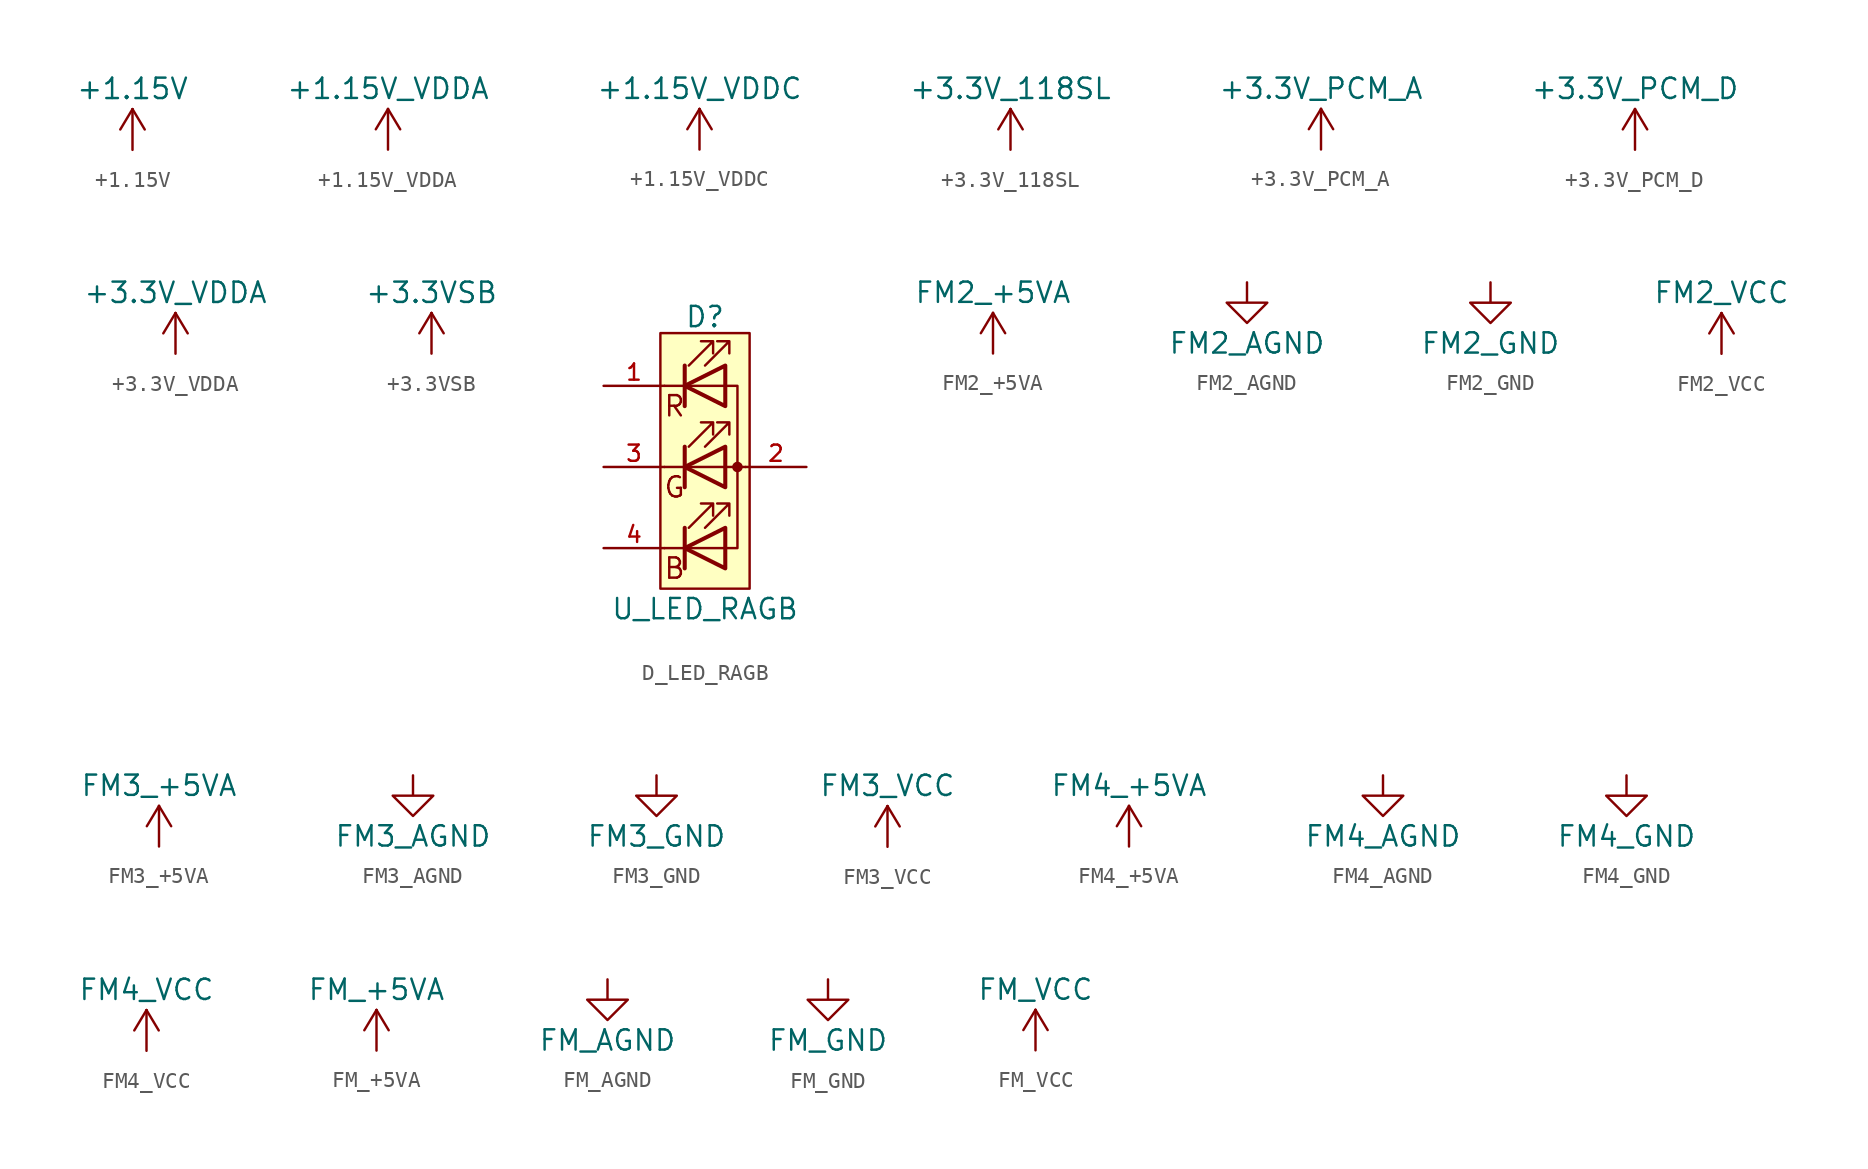
<source format=kicad_sym>
(kicad_symbol_lib
  (version 20220914)
  (generator kicad_symbol_editor)
  (symbol "+1.15V"
    (power)
    (pin_names
      (offset 0))
    (property "Reference" "#PWR"
      (at 0 -1.27 0)
      (effects (font (size 1.27 1.27)) hide))
    (property "Value" "+1.15V"
      (at 0 3.81 0)
      (effects (font (size 1.27 1.27))))
    (symbol "+1.15V_1_1"
      (polyline (pts (xy -0.762 1.27) (xy 0 2.54)) (stroke (width 0) (type default)) (fill (type none)))
      (polyline (pts (xy 0 0) (xy 0 2.54)) (stroke (width 0) (type default)) (fill (type none)))
      (polyline (pts (xy 0 2.54) (xy 0.762 1.27)) (stroke (width 0) (type default)) (fill (type none)))
      (pin power_in line (at 0 0 90) (length 0) hide (name "+1.15V" (effects (font (size 1.27 1.27)))) (number "1" (effects (font (size 1.27 1.27)))))))
  (symbol "+1.15V_VDDA"
    (power)
    (pin_names
      (offset 0))
    (property "Reference" "#PWR"
      (at 0 -1.27 0)
      (effects (font (size 1.27 1.27)) hide))
    (property "Value" "+1.15V_VDDA"
      (at 0 3.81 0)
      (effects (font (size 1.27 1.27))))
    (symbol "+1.15V_VDDA_1_1"
      (polyline (pts (xy -0.762 1.27) (xy 0 2.54)) (stroke (width 0) (type default)) (fill (type none)))
      (polyline (pts (xy 0 0) (xy 0 2.54)) (stroke (width 0) (type default)) (fill (type none)))
      (polyline (pts (xy 0 2.54) (xy 0.762 1.27)) (stroke (width 0) (type default)) (fill (type none)))
      (pin power_in line (at 0 0 90) (length 0) hide (name "+1.15V_VDDA" (effects (font (size 1.27 1.27)))) (number "1" (effects (font (size 1.27 1.27)))))))
  (symbol "+1.15V_VDDC"
    (power)
    (pin_names
      (offset 0))
    (property "Reference" "#PWR"
      (at 0 -1.27 0)
      (effects (font (size 1.27 1.27)) hide))
    (property "Value" "+1.15V_VDDC"
      (at 0 3.81 0)
      (effects (font (size 1.27 1.27))))
    (symbol "+1.15V_VDDC_1_1"
      (polyline (pts (xy -0.762 1.27) (xy 0 2.54)) (stroke (width 0) (type default)) (fill (type none)))
      (polyline (pts (xy 0 0) (xy 0 2.54)) (stroke (width 0) (type default)) (fill (type none)))
      (polyline (pts (xy 0 2.54) (xy 0.762 1.27)) (stroke (width 0) (type default)) (fill (type none)))
      (pin power_in line (at 0 0 90) (length 0) hide (name "+1.15V_VDDC" (effects (font (size 1.27 1.27)))) (number "1" (effects (font (size 1.27 1.27)))))))
  (symbol "+3.3V_118SL"
    (power)
    (pin_names
      (offset 0))
    (property "Reference" "#PWR"
      (at 0 -1.27 0)
      (effects (font (size 1.27 1.27)) hide))
    (property "Value" "+3.3V_118SL"
      (at 0 3.81 0)
      (effects (font (size 1.27 1.27))))
    (symbol "+3.3V_118SL_1_1"
      (polyline (pts (xy -0.762 1.27) (xy 0 2.54)) (stroke (width 0) (type default)) (fill (type none)))
      (polyline (pts (xy 0 0) (xy 0 2.54)) (stroke (width 0) (type default)) (fill (type none)))
      (polyline (pts (xy 0 2.54) (xy 0.762 1.27)) (stroke (width 0) (type default)) (fill (type none)))
      (pin power_in line (at 0 0 90) (length 0) hide (name "+3.3V_118SL" (effects (font (size 1.27 1.27)))) (number "1" (effects (font (size 1.27 1.27)))))))
  (symbol "+3.3V_PCM_A"
    (power)
    (pin_names
      (offset 0))
    (property "Reference" "#PWR"
      (at 0 -1.27 0)
      (effects (font (size 1.27 1.27)) hide))
    (property "Value" "+3.3V_PCM_A"
      (at 0 3.81 0)
      (effects (font (size 1.27 1.27))))
    (symbol "+3.3V_PCM_A_1_1"
      (polyline (pts (xy -0.762 1.27) (xy 0 2.54)) (stroke (width 0) (type default)) (fill (type none)))
      (polyline (pts (xy 0 0) (xy 0 2.54)) (stroke (width 0) (type default)) (fill (type none)))
      (polyline (pts (xy 0 2.54) (xy 0.762 1.27)) (stroke (width 0) (type default)) (fill (type none)))
      (pin power_in line (at 0 0 90) (length 0) hide (name "+3.3V_PCM_A" (effects (font (size 1.27 1.27)))) (number "1" (effects (font (size 1.27 1.27)))))))
  (symbol "+3.3V_PCM_D"
    (power)
    (pin_names
      (offset 0))
    (property "Reference" "#PWR"
      (at 0 -1.27 0)
      (effects (font (size 1.27 1.27)) hide))
    (property "Value" "+3.3V_PCM_D"
      (at 0 3.81 0)
      (effects (font (size 1.27 1.27))))
    (symbol "+3.3V_PCM_D_1_1"
      (polyline (pts (xy -0.762 1.27) (xy 0 2.54)) (stroke (width 0) (type default)) (fill (type none)))
      (polyline (pts (xy 0 0) (xy 0 2.54)) (stroke (width 0) (type default)) (fill (type none)))
      (polyline (pts (xy 0 2.54) (xy 0.762 1.27)) (stroke (width 0) (type default)) (fill (type none)))
      (pin power_in line (at 0 0 90) (length 0) hide (name "+3.3V_PCM_D" (effects (font (size 1.27 1.27)))) (number "1" (effects (font (size 1.27 1.27)))))))
  (symbol "+3.3V_VDDA"
    (power)
    (pin_names
      (offset 0))
    (property "Reference" "#PWR"
      (at 0 -1.27 0)
      (effects (font (size 1.27 1.27)) hide))
    (property "Value" "+3.3V_VDDA"
      (at 0 3.81 0)
      (effects (font (size 1.27 1.27))))
    (symbol "+3.3V_VDDA_1_1"
      (polyline (pts (xy -0.762 1.27) (xy 0 2.54)) (stroke (width 0) (type default)) (fill (type none)))
      (polyline (pts (xy 0 0) (xy 0 2.54)) (stroke (width 0) (type default)) (fill (type none)))
      (polyline (pts (xy 0 2.54) (xy 0.762 1.27)) (stroke (width 0) (type default)) (fill (type none)))
      (pin power_in line (at 0 0 90) (length 0) hide (name "+3.3V_VDDA" (effects (font (size 1.27 1.27)))) (number "1" (effects (font (size 1.27 1.27)))))))
  (symbol "+3.3VSB"
    (power)
    (pin_names
      (offset 0))
    (property "Reference" "#PWR"
      (at 0 -1.27 0)
      (effects (font (size 1.27 1.27)) hide))
    (property "Value" "+3.3VSB"
      (at 0 3.81 0)
      (effects (font (size 1.27 1.27))))
    (symbol "+3.3VSB_1_1"
      (polyline (pts (xy -0.762 1.27) (xy 0 2.54)) (stroke (width 0) (type default)) (fill (type none)))
      (polyline (pts (xy 0 0) (xy 0 2.54)) (stroke (width 0) (type default)) (fill (type none)))
      (polyline (pts (xy 0 2.54) (xy 0.762 1.27)) (stroke (width 0) (type default)) (fill (type none)))
      (pin power_in line (at 0 0 90) (length 0) hide (name "+3.3VSB" (effects (font (size 1.27 1.27)))) (number "1" (effects (font (size 1.27 1.27)))))))
  (symbol "D_LED_RAGB"
    (pin_names
      (offset 0) hide)
    (property "Reference" "D"
      (at 0 9.398 0)
      (effects (font (size 1.27 1.27))))
    (property "Value" "U_LED_RAGB"
      (at 0 -8.89 0)
      (effects (font (size 1.27 1.27))))
    (symbol "D_LED_RAGB_0_0"
      (text "B" (at -1.905 -6.35 0) (effects (font (size 1.27 1.27))))
      (text "G" (at -1.905 -1.27 0) (effects (font (size 1.27 1.27))))
      (text "R" (at -1.905 3.81 0) (effects (font (size 1.27 1.27)))))
    (symbol "D_LED_RAGB_0_1"
      (polyline (pts (xy -1.27 -5.08) (xy -2.54 -5.08)) (stroke (width 0) (type default)) (fill (type none)))
      (polyline (pts (xy -1.27 -5.08) (xy 1.27 -5.08)) (stroke (width 0) (type default)) (fill (type none)))
      (polyline (pts (xy -1.27 -3.81) (xy -1.27 -6.35)) (stroke (width 0.254) (type default)) (fill (type none)))
      (polyline (pts (xy -1.27 0) (xy -2.54 0)) (stroke (width 0) (type default)) (fill (type none)))
      (polyline (pts (xy -1.27 1.27) (xy -1.27 -1.27)) (stroke (width 0.254) (type default)) (fill (type none)))
      (polyline (pts (xy -1.27 5.08) (xy -2.54 5.08)) (stroke (width 0) (type default)) (fill (type none)))
      (polyline (pts (xy -1.27 5.08) (xy 1.27 5.08)) (stroke (width 0) (type default)) (fill (type none)))
      (polyline (pts (xy -1.27 6.35) (xy -1.27 3.81)) (stroke (width 0.254) (type default)) (fill (type none)))
      (polyline (pts (xy 1.27 0) (xy -1.27 0)) (stroke (width 0) (type default)) (fill (type none)))
      (polyline (pts (xy 1.27 0) (xy 2.54 0)) (stroke (width 0) (type default)) (fill (type none)))
      (polyline (pts (xy -1.27 1.27) (xy -1.27 -1.27) (xy -1.27 -1.27)) (stroke (width 0) (type default)) (fill (type none)))
      (polyline (pts (xy -1.27 6.35) (xy -1.27 3.81) (xy -1.27 3.81)) (stroke (width 0) (type default)) (fill (type none)))
      (polyline (pts (xy 1.27 -5.08) (xy 2.032 -5.08) (xy 2.032 5.08) (xy 1.27 5.08)) (stroke (width 0) (type default)) (fill (type none)))
      (polyline (pts (xy 1.27 -3.81) (xy 1.27 -6.35) (xy -1.27 -5.08) (xy 1.27 -3.81)) (stroke (width 0.254) (type default)) (fill (type none)))
      (polyline (pts (xy 1.27 1.27) (xy 1.27 -1.27) (xy -1.27 0) (xy 1.27 1.27)) (stroke (width 0.254) (type default)) (fill (type none)))
      (polyline (pts (xy 1.27 6.35) (xy 1.27 3.81) (xy -1.27 5.08) (xy 1.27 6.35)) (stroke (width 0.254) (type default)) (fill (type none)))
      (polyline (pts (xy -1.016 -3.81) (xy 0.508 -2.286) (xy -0.254 -2.286) (xy 0.508 -2.286) (xy 0.508 -3.048)) (stroke (width 0) (type default)) (fill (type none)))
      (polyline (pts (xy -1.016 1.27) (xy 0.508 2.794) (xy -0.254 2.794) (xy 0.508 2.794) (xy 0.508 2.032)) (stroke (width 0) (type default)) (fill (type none)))
      (polyline (pts (xy -1.016 6.35) (xy 0.508 7.874) (xy -0.254 7.874) (xy 0.508 7.874) (xy 0.508 7.112)) (stroke (width 0) (type default)) (fill (type none)))
      (polyline (pts (xy 0 -3.81) (xy 1.524 -2.286) (xy 0.762 -2.286) (xy 1.524 -2.286) (xy 1.524 -3.048)) (stroke (width 0) (type default)) (fill (type none)))
      (polyline (pts (xy 0 1.27) (xy 1.524 2.794) (xy 0.762 2.794) (xy 1.524 2.794) (xy 1.524 2.032)) (stroke (width 0) (type default)) (fill (type none)))
      (polyline (pts (xy 0 6.35) (xy 1.524 7.874) (xy 0.762 7.874) (xy 1.524 7.874) (xy 1.524 7.112)) (stroke (width 0) (type default)) (fill (type none)))
      (rectangle (start 1.27 -1.27) (end 1.27 1.27) (stroke (width 0) (type default)) (fill (type none)))
      (rectangle (start 1.27 1.27) (end 1.27 1.27) (stroke (width 0) (type default)) (fill (type none)))
      (rectangle (start 1.27 3.81) (end 1.27 6.35) (stroke (width 0) (type default)) (fill (type none)))
      (rectangle (start 1.27 6.35) (end 1.27 6.35) (stroke (width 0) (type default)) (fill (type none)))
      (circle (center 2.032 0) (radius 0.254) (stroke (width 0) (type default)) (fill (type outline))))
    (symbol "D_LED_RAGB_1_1"
      (rectangle (start -2.794 8.382) (end 2.794 -7.62) (stroke (width 0) (type default)) (fill (type background)))
      (pin passive line (at -6.35 5.08 0) (length 3.81) (name "RK" (effects (font (size 1.016 1.016)))) (number "1" (effects (font (size 1.016 1.016)))))
      (pin passive line (at 6.35 0 180) (length 3.81) (name "A" (effects (font (size 1.016 1.016)))) (number "2" (effects (font (size 1.016 1.016)))))
      (pin passive line (at -6.35 0 0) (length 3.81) (name "GK" (effects (font (size 1.016 1.016)))) (number "3" (effects (font (size 1.016 1.016)))))
      (pin passive line (at -6.35 -5.08 0) (length 3.81) (name "BK" (effects (font (size 1.016 1.016)))) (number "4" (effects (font (size 1.016 1.016)))))))
  (symbol "FM2_+5VA"
    (power)
    (pin_names
      (offset 0))
    (property "Reference" "#PWR"
      (at 0 -2.54 0)
      (effects (font (size 1.016 1.016)) hide))
    (property "Value" "FM2_+5VA"
      (at 0 3.81 0)
      (effects (font (size 1.27 1.27))))
    (symbol "FM2_+5VA_1_1"
      (polyline (pts (xy -0.762 1.27) (xy 0 2.54)) (stroke (width 0) (type default)) (fill (type none)))
      (polyline (pts (xy 0 0) (xy 0 2.54)) (stroke (width 0) (type default)) (fill (type none)))
      (polyline (pts (xy 0 2.54) (xy 0.762 1.27)) (stroke (width 0) (type default)) (fill (type none)))
      (pin power_in line (at 0 0 90) (length 0) hide (name "FM2_+5VA" (effects (font (size 1.27 1.27)))) (number "1" (effects (font (size 1.27 1.27)))))))
  (symbol "FM2_AGND"
    (power)
    (pin_names
      (offset 0))
    (property "Reference" "#PWR"
      (at 0 -5.08 0)
      (effects (font (size 1.27 1.27)) hide))
    (property "Value" "FM2_AGND"
      (at 0 -3.81 0)
      (effects (font (size 1.27 1.27))))
    (symbol "FM2_AGND_1_1"
      (polyline (pts (xy 0 0) (xy 0 -1.27) (xy 1.27 -1.27) (xy 0 -2.54) (xy -1.27 -1.27) (xy 0 -1.27)) (stroke (width 0) (type default)) (fill (type none)))
      (pin power_in line (at 0 0 270) (length 0) hide (name "FM2_AGND" (effects (font (size 1.27 1.27)))) (number "1" (effects (font (size 1.27 1.27)))))))
  (symbol "FM2_GND"
    (power)
    (pin_names
      (offset 0))
    (property "Reference" "#PWR"
      (at 0 -5.08 0)
      (effects (font (size 1.27 1.27)) hide))
    (property "Value" "FM2_GND"
      (at 0 -3.81 0)
      (effects (font (size 1.27 1.27))))
    (symbol "FM2_GND_1_1"
      (polyline (pts (xy 0 0) (xy 0 -1.27) (xy 1.27 -1.27) (xy 0 -2.54) (xy -1.27 -1.27) (xy 0 -1.27)) (stroke (width 0) (type default)) (fill (type none)))
      (pin power_in line (at 0 0 270) (length 0) hide (name "FM2_GND" (effects (font (size 1.27 1.27)))) (number "1" (effects (font (size 1.27 1.27)))))))
  (symbol "FM2_VCC"
    (power)
    (pin_names
      (offset 0))
    (property "Reference" "#PWR"
      (at 0 -2.54 0)
      (effects (font (size 1.016 1.016)) hide))
    (property "Value" "FM2_VCC"
      (at 0 3.81 0)
      (effects (font (size 1.27 1.27))))
    (symbol "FM2_VCC_1_1"
      (polyline (pts (xy -0.762 1.27) (xy 0 2.54)) (stroke (width 0) (type default)) (fill (type none)))
      (polyline (pts (xy 0 0) (xy 0 2.54)) (stroke (width 0) (type default)) (fill (type none)))
      (polyline (pts (xy 0 2.54) (xy 0.762 1.27)) (stroke (width 0) (type default)) (fill (type none)))
      (pin power_in line (at 0 0 90) (length 0) hide (name "FM2_VCC" (effects (font (size 1.27 1.27)))) (number "1" (effects (font (size 1.27 1.27)))))))
  (symbol "FM3_+5VA"
    (power)
    (pin_names
      (offset 0))
    (property "Reference" "#PWR"
      (at 0 -2.54 0)
      (effects (font (size 1.016 1.016)) hide))
    (property "Value" "FM3_+5VA"
      (at 0 3.81 0)
      (effects (font (size 1.27 1.27))))
    (symbol "FM3_+5VA_1_1"
      (polyline (pts (xy -0.762 1.27) (xy 0 2.54)) (stroke (width 0) (type default)) (fill (type none)))
      (polyline (pts (xy 0 0) (xy 0 2.54)) (stroke (width 0) (type default)) (fill (type none)))
      (polyline (pts (xy 0 2.54) (xy 0.762 1.27)) (stroke (width 0) (type default)) (fill (type none)))
      (pin power_in line (at 0 0 90) (length 0) hide (name "FM3_+5VA" (effects (font (size 1.27 1.27)))) (number "1" (effects (font (size 1.27 1.27)))))))
  (symbol "FM3_AGND"
    (power)
    (pin_names
      (offset 0))
    (property "Reference" "#PWR"
      (at 0 -5.08 0)
      (effects (font (size 1.27 1.27)) hide))
    (property "Value" "FM3_AGND"
      (at 0 -3.81 0)
      (effects (font (size 1.27 1.27))))
    (symbol "FM3_AGND_1_1"
      (polyline (pts (xy 0 0) (xy 0 -1.27) (xy 1.27 -1.27) (xy 0 -2.54) (xy -1.27 -1.27) (xy 0 -1.27)) (stroke (width 0) (type default)) (fill (type none)))
      (pin power_in line (at 0 0 270) (length 0) hide (name "FM3_AGND" (effects (font (size 1.27 1.27)))) (number "1" (effects (font (size 1.27 1.27)))))))
  (symbol "FM3_GND"
    (power)
    (pin_names
      (offset 0))
    (property "Reference" "#PWR"
      (at 0 -5.08 0)
      (effects (font (size 1.27 1.27)) hide))
    (property "Value" "FM3_GND"
      (at 0 -3.81 0)
      (effects (font (size 1.27 1.27))))
    (symbol "FM3_GND_1_1"
      (polyline (pts (xy 0 0) (xy 0 -1.27) (xy 1.27 -1.27) (xy 0 -2.54) (xy -1.27 -1.27) (xy 0 -1.27)) (stroke (width 0) (type default)) (fill (type none)))
      (pin power_in line (at 0 0 270) (length 0) hide (name "FM3_GND" (effects (font (size 1.27 1.27)))) (number "1" (effects (font (size 1.27 1.27)))))))
  (symbol "FM3_VCC"
    (power)
    (pin_names
      (offset 0))
    (property "Reference" "#PWR"
      (at 0 -2.54 0)
      (effects (font (size 1.016 1.016)) hide))
    (property "Value" "FM3_VCC"
      (at 0 3.81 0)
      (effects (font (size 1.27 1.27))))
    (symbol "FM3_VCC_1_1"
      (polyline (pts (xy -0.762 1.27) (xy 0 2.54)) (stroke (width 0) (type default)) (fill (type none)))
      (polyline (pts (xy 0 0) (xy 0 2.54)) (stroke (width 0) (type default)) (fill (type none)))
      (polyline (pts (xy 0 2.54) (xy 0.762 1.27)) (stroke (width 0) (type default)) (fill (type none)))
      (pin power_in line (at 0 0 90) (length 0) hide (name "FM3_VCC" (effects (font (size 1.27 1.27)))) (number "1" (effects (font (size 1.27 1.27)))))))
  (symbol "FM4_+5VA"
    (power)
    (pin_names
      (offset 0))
    (property "Reference" "#PWR"
      (at 0 -2.54 0)
      (effects (font (size 1.016 1.016)) hide))
    (property "Value" "FM4_+5VA"
      (at 0 3.81 0)
      (effects (font (size 1.27 1.27))))
    (symbol "FM4_+5VA_1_1"
      (polyline (pts (xy -0.762 1.27) (xy 0 2.54)) (stroke (width 0) (type default)) (fill (type none)))
      (polyline (pts (xy 0 0) (xy 0 2.54)) (stroke (width 0) (type default)) (fill (type none)))
      (polyline (pts (xy 0 2.54) (xy 0.762 1.27)) (stroke (width 0) (type default)) (fill (type none)))
      (pin power_in line (at 0 0 90) (length 0) hide (name "FM4_+5VA" (effects (font (size 1.27 1.27)))) (number "1" (effects (font (size 1.27 1.27)))))))
  (symbol "FM4_AGND"
    (power)
    (pin_names
      (offset 0))
    (property "Reference" "#PWR"
      (at 0 -5.08 0)
      (effects (font (size 1.27 1.27)) hide))
    (property "Value" "FM4_AGND"
      (at 0 -3.81 0)
      (effects (font (size 1.27 1.27))))
    (symbol "FM4_AGND_1_1"
      (polyline (pts (xy 0 0) (xy 0 -1.27) (xy 1.27 -1.27) (xy 0 -2.54) (xy -1.27 -1.27) (xy 0 -1.27)) (stroke (width 0) (type default)) (fill (type none)))
      (pin power_in line (at 0 0 270) (length 0) hide (name "FM4_AGND" (effects (font (size 1.27 1.27)))) (number "1" (effects (font (size 1.27 1.27)))))))
  (symbol "FM4_GND"
    (power)
    (pin_names
      (offset 0))
    (property "Reference" "#PWR"
      (at 0 -5.08 0)
      (effects (font (size 1.27 1.27)) hide))
    (property "Value" "FM4_GND"
      (at 0 -3.81 0)
      (effects (font (size 1.27 1.27))))
    (symbol "FM4_GND_1_1"
      (polyline (pts (xy 0 0) (xy 0 -1.27) (xy 1.27 -1.27) (xy 0 -2.54) (xy -1.27 -1.27) (xy 0 -1.27)) (stroke (width 0) (type default)) (fill (type none)))
      (pin power_in line (at 0 0 270) (length 0) hide (name "FM4_GND" (effects (font (size 1.27 1.27)))) (number "1" (effects (font (size 1.27 1.27)))))))
  (symbol "FM4_VCC"
    (power)
    (pin_names
      (offset 0))
    (property "Reference" "#PWR"
      (at 0 -2.54 0)
      (effects (font (size 1.016 1.016)) hide))
    (property "Value" "FM4_VCC"
      (at 0 3.81 0)
      (effects (font (size 1.27 1.27))))
    (symbol "FM4_VCC_1_1"
      (polyline (pts (xy -0.762 1.27) (xy 0 2.54)) (stroke (width 0) (type default)) (fill (type none)))
      (polyline (pts (xy 0 0) (xy 0 2.54)) (stroke (width 0) (type default)) (fill (type none)))
      (polyline (pts (xy 0 2.54) (xy 0.762 1.27)) (stroke (width 0) (type default)) (fill (type none)))
      (pin power_in line (at 0 0 90) (length 0) hide (name "FM4_VCC" (effects (font (size 1.27 1.27)))) (number "1" (effects (font (size 1.27 1.27)))))))
  (symbol "FM_+5VA"
    (power)
    (pin_names
      (offset 0))
    (property "Reference" "#PWR"
      (at 0 -2.54 0)
      (effects (font (size 1.016 1.016)) hide))
    (property "Value" "FM_+5VA"
      (at 0 3.81 0)
      (effects (font (size 1.27 1.27))))
    (symbol "FM_+5VA_1_1"
      (polyline (pts (xy -0.762 1.27) (xy 0 2.54)) (stroke (width 0) (type default)) (fill (type none)))
      (polyline (pts (xy 0 0) (xy 0 2.54)) (stroke (width 0) (type default)) (fill (type none)))
      (polyline (pts (xy 0 2.54) (xy 0.762 1.27)) (stroke (width 0) (type default)) (fill (type none)))
      (pin power_in line (at 0 0 90) (length 0) hide (name "FM_+5VA" (effects (font (size 1.27 1.27)))) (number "1" (effects (font (size 1.27 1.27)))))))
  (symbol "FM_AGND"
    (power)
    (pin_names
      (offset 0))
    (property "Reference" "#PWR"
      (at 0 -5.08 0)
      (effects (font (size 1.27 1.27)) hide))
    (property "Value" "FM_AGND"
      (at 0 -3.81 0)
      (effects (font (size 1.27 1.27))))
    (symbol "FM_AGND_1_1"
      (polyline (pts (xy 0 0) (xy 0 -1.27) (xy 1.27 -1.27) (xy 0 -2.54) (xy -1.27 -1.27) (xy 0 -1.27)) (stroke (width 0) (type default)) (fill (type none)))
      (pin power_in line (at 0 0 270) (length 0) hide (name "FM_AGND" (effects (font (size 1.27 1.27)))) (number "1" (effects (font (size 1.27 1.27)))))))
  (symbol "FM_GND"
    (power)
    (pin_names
      (offset 0))
    (property "Reference" "#PWR"
      (at 0 -5.08 0)
      (effects (font (size 1.27 1.27)) hide))
    (property "Value" "FM_GND"
      (at 0 -3.81 0)
      (effects (font (size 1.27 1.27))))
    (symbol "FM_GND_1_1"
      (polyline (pts (xy 0 0) (xy 0 -1.27) (xy 1.27 -1.27) (xy 0 -2.54) (xy -1.27 -1.27) (xy 0 -1.27)) (stroke (width 0) (type default)) (fill (type none)))
      (pin power_in line (at 0 0 270) (length 0) hide (name "FM_GND" (effects (font (size 1.27 1.27)))) (number "1" (effects (font (size 1.27 1.27)))))))
  (symbol "FM_VCC"
    (power)
    (pin_names
      (offset 0))
    (property "Reference" "#PWR"
      (at 0 -2.54 0)
      (effects (font (size 1.016 1.016)) hide))
    (property "Value" "FM_VCC"
      (at 0 3.81 0)
      (effects (font (size 1.27 1.27))))
    (symbol "FM_VCC_1_1"
      (polyline (pts (xy -0.762 1.27) (xy 0 2.54)) (stroke (width 0) (type default)) (fill (type none)))
      (polyline (pts (xy 0 0) (xy 0 2.54)) (stroke (width 0) (type default)) (fill (type none)))
      (polyline (pts (xy 0 2.54) (xy 0.762 1.27)) (stroke (width 0) (type default)) (fill (type none)))
      (pin power_in line (at 0 0 90) (length 0) hide (name "FM_VCC" (effects (font (size 1.27 1.27)))) (number "1" (effects (font (size 1.27 1.27))))))))
</source>
